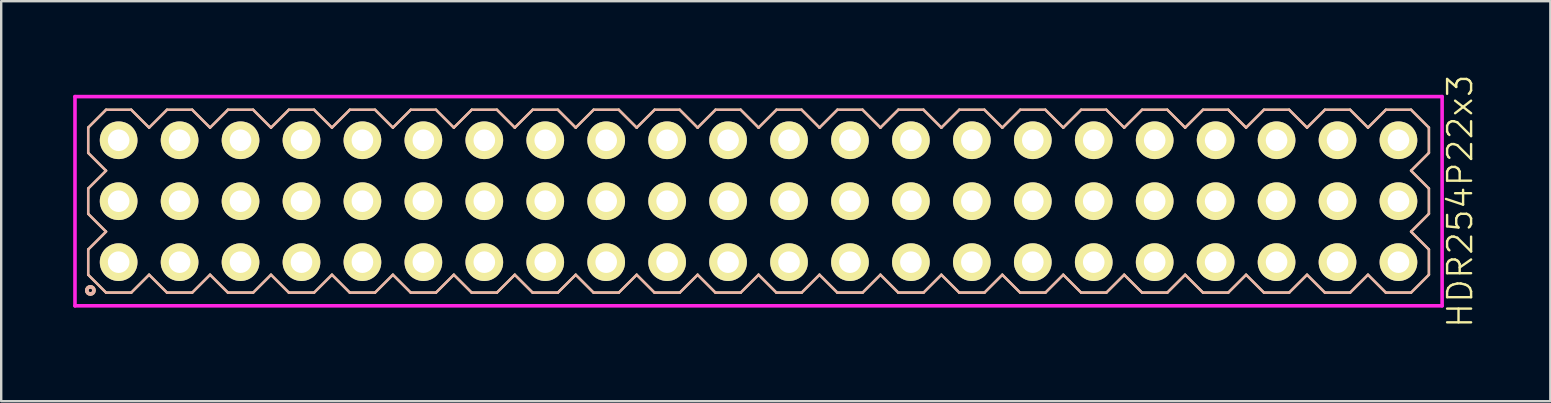
<source format=kicad_pcb>
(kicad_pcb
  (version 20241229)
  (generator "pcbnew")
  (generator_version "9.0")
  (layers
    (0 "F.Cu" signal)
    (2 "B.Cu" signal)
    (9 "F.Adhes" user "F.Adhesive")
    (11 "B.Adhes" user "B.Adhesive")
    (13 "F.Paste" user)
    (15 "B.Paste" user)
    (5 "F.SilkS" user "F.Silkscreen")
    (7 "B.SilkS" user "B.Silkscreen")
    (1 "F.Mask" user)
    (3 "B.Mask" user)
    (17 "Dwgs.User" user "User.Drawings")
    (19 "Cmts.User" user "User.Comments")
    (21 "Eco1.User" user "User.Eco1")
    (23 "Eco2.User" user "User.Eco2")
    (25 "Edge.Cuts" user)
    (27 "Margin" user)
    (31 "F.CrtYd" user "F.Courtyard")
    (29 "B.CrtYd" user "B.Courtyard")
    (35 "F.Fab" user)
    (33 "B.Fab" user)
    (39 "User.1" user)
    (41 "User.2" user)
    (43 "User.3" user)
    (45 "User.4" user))
  (footprint "HDR254P22x3"
    (layer "F.Cu")
    (at 28.565 5.336)
    (property "Reference" "HDR254P22x3" (at 29.24 0 90) (layer "F.SilkS") (effects (font (size 1 1) (thickness 0.1))))
    (attr through_hole)
    (fp_line (start -27.94 -3.066) (end -27.196 -3.81) (stroke (width 0.1) (type solid)) (layer "F.SilkS"))
    (fp_line (start -27.94 -2.014) (end -27.94 -3.066) (stroke (width 0.1) (type solid)) (layer "F.SilkS"))
    (fp_line (start -27.94 -0.526) (end -27.196 -1.27) (stroke (width 0.1) (type solid)) (layer "F.SilkS"))
    (fp_line (start -27.94 0.526) (end -27.94 -0.526) (stroke (width 0.1) (type solid)) (layer "F.SilkS"))
    (fp_line (start -27.94 2.014) (end -27.196 1.27) (stroke (width 0.1) (type solid)) (layer "F.SilkS"))
    (fp_line (start -27.94 3.066) (end -27.94 2.014) (stroke (width 0.1) (type solid)) (layer "F.SilkS"))
    (fp_line (start -27.196 -3.81) (end -26.144 -3.81) (stroke (width 0.1) (type solid)) (layer "F.SilkS"))
    (fp_line (start -27.196 -1.27) (end -27.94 -2.014) (stroke (width 0.1) (type solid)) (layer "F.SilkS"))
    (fp_line (start -27.196 1.27) (end -27.94 0.526) (stroke (width 0.1) (type solid)) (layer "F.SilkS"))
    (fp_line (start -27.196 3.81) (end -27.94 3.066) (stroke (width 0.1) (type solid)) (layer "F.SilkS"))
    (fp_line (start -26.144 -3.81) (end -25.4 -3.066) (stroke (width 0.1) (type solid)) (layer "F.SilkS"))
    (fp_line (start -26.144 3.81) (end -27.196 3.81) (stroke (width 0.1) (type solid)) (layer "F.SilkS"))
    (fp_line (start -25.4 -3.066) (end -24.656 -3.81) (stroke (width 0.1) (type solid)) (layer "F.SilkS"))
    (fp_line (start -25.4 3.066) (end -26.144 3.81) (stroke (width 0.1) (type solid)) (layer "F.SilkS"))
    (fp_line (start -24.656 -3.81) (end -23.604 -3.81) (stroke (width 0.1) (type solid)) (layer "F.SilkS"))
    (fp_line (start -24.656 3.81) (end -25.4 3.066) (stroke (width 0.1) (type solid)) (layer "F.SilkS"))
    (fp_line (start -23.604 -3.81) (end -22.86 -3.066) (stroke (width 0.1) (type solid)) (layer "F.SilkS"))
    (fp_line (start -23.604 3.81) (end -24.656 3.81) (stroke (width 0.1) (type solid)) (layer "F.SilkS"))
    (fp_line (start -22.86 -3.066) (end -22.116 -3.81) (stroke (width 0.1) (type solid)) (layer "F.SilkS"))
    (fp_line (start -22.86 3.066) (end -23.604 3.81) (stroke (width 0.1) (type solid)) (layer "F.SilkS"))
    (fp_line (start -22.116 -3.81) (end -21.064 -3.81) (stroke (width 0.1) (type solid)) (layer "F.SilkS"))
    (fp_line (start -22.116 3.81) (end -22.86 3.066) (stroke (width 0.1) (type solid)) (layer "F.SilkS"))
    (fp_line (start -21.064 -3.81) (end -20.32 -3.066) (stroke (width 0.1) (type solid)) (layer "F.SilkS"))
    (fp_line (start -21.064 3.81) (end -22.116 3.81) (stroke (width 0.1) (type solid)) (layer "F.SilkS"))
    (fp_line (start -20.32 -3.066) (end -19.576 -3.81) (stroke (width 0.1) (type solid)) (layer "F.SilkS"))
    (fp_line (start -20.32 3.066) (end -21.064 3.81) (stroke (width 0.1) (type solid)) (layer "F.SilkS"))
    (fp_line (start -19.576 -3.81) (end -18.524 -3.81) (stroke (width 0.1) (type solid)) (layer "F.SilkS"))
    (fp_line (start -19.576 3.81) (end -20.32 3.066) (stroke (width 0.1) (type solid)) (layer "F.SilkS"))
    (fp_line (start -18.524 -3.81) (end -17.78 -3.066) (stroke (width 0.1) (type solid)) (layer "F.SilkS"))
    (fp_line (start -18.524 3.81) (end -19.576 3.81) (stroke (width 0.1) (type solid)) (layer "F.SilkS"))
    (fp_line (start -17.78 -3.066) (end -17.036 -3.81) (stroke (width 0.1) (type solid)) (layer "F.SilkS"))
    (fp_line (start -17.78 3.066) (end -18.524 3.81) (stroke (width 0.1) (type solid)) (layer "F.SilkS"))
    (fp_line (start -17.036 -3.81) (end -15.984 -3.81) (stroke (width 0.1) (type solid)) (layer "F.SilkS"))
    (fp_line (start -17.036 3.81) (end -17.78 3.066) (stroke (width 0.1) (type solid)) (layer "F.SilkS"))
    (fp_line (start -15.984 -3.81) (end -15.24 -3.066) (stroke (width 0.1) (type solid)) (layer "F.SilkS"))
    (fp_line (start -15.984 3.81) (end -17.036 3.81) (stroke (width 0.1) (type solid)) (layer "F.SilkS"))
    (fp_line (start -15.24 -3.066) (end -14.496 -3.81) (stroke (width 0.1) (type solid)) (layer "F.SilkS"))
    (fp_line (start -15.24 3.066) (end -15.984 3.81) (stroke (width 0.1) (type solid)) (layer "F.SilkS"))
    (fp_line (start -14.496 -3.81) (end -13.444 -3.81) (stroke (width 0.1) (type solid)) (layer "F.SilkS"))
    (fp_line (start -14.496 3.81) (end -15.24 3.066) (stroke (width 0.1) (type solid)) (layer "F.SilkS"))
    (fp_line (start -13.444 -3.81) (end -12.7 -3.066) (stroke (width 0.1) (type solid)) (layer "F.SilkS"))
    (fp_line (start -13.444 3.81) (end -14.496 3.81) (stroke (width 0.1) (type solid)) (layer "F.SilkS"))
    (fp_line (start -12.7 -3.066) (end -11.956 -3.81) (stroke (width 0.1) (type solid)) (layer "F.SilkS"))
    (fp_line (start -12.7 3.066) (end -13.444 3.81) (stroke (width 0.1) (type solid)) (layer "F.SilkS"))
    (fp_line (start -11.956 -3.81) (end -10.904 -3.81) (stroke (width 0.1) (type solid)) (layer "F.SilkS"))
    (fp_line (start -11.956 3.81) (end -12.7 3.066) (stroke (width 0.1) (type solid)) (layer "F.SilkS"))
    (fp_line (start -10.904 -3.81) (end -10.16 -3.066) (stroke (width 0.1) (type solid)) (layer "F.SilkS"))
    (fp_line (start -10.904 3.81) (end -11.956 3.81) (stroke (width 0.1) (type solid)) (layer "F.SilkS"))
    (fp_line (start -10.16 -3.066) (end -9.416 -3.81) (stroke (width 0.1) (type solid)) (layer "F.SilkS"))
    (fp_line (start -10.16 3.066) (end -10.904 3.81) (stroke (width 0.1) (type solid)) (layer "F.SilkS"))
    (fp_line (start -9.416 -3.81) (end -8.364 -3.81) (stroke (width 0.1) (type solid)) (layer "F.SilkS"))
    (fp_line (start -9.416 3.81) (end -10.16 3.066) (stroke (width 0.1) (type solid)) (layer "F.SilkS"))
    (fp_line (start -8.364 -3.81) (end -7.62 -3.066) (stroke (width 0.1) (type solid)) (layer "F.SilkS"))
    (fp_line (start -8.364 3.81) (end -9.416 3.81) (stroke (width 0.1) (type solid)) (layer "F.SilkS"))
    (fp_line (start -7.62 -3.066) (end -6.876 -3.81) (stroke (width 0.1) (type solid)) (layer "F.SilkS"))
    (fp_line (start -7.62 3.066) (end -8.364 3.81) (stroke (width 0.1) (type solid)) (layer "F.SilkS"))
    (fp_line (start -6.876 -3.81) (end -5.824 -3.81) (stroke (width 0.1) (type solid)) (layer "F.SilkS"))
    (fp_line (start -6.876 3.81) (end -7.62 3.066) (stroke (width 0.1) (type solid)) (layer "F.SilkS"))
    (fp_line (start -5.824 -3.81) (end -5.08 -3.066) (stroke (width 0.1) (type solid)) (layer "F.SilkS"))
    (fp_line (start -5.824 3.81) (end -6.876 3.81) (stroke (width 0.1) (type solid)) (layer "F.SilkS"))
    (fp_line (start -5.08 -3.066) (end -4.336 -3.81) (stroke (width 0.1) (type solid)) (layer "F.SilkS"))
    (fp_line (start -5.08 3.066) (end -5.824 3.81) (stroke (width 0.1) (type solid)) (layer "F.SilkS"))
    (fp_line (start -4.336 -3.81) (end -3.284 -3.81) (stroke (width 0.1) (type solid)) (layer "F.SilkS"))
    (fp_line (start -4.336 3.81) (end -5.08 3.066) (stroke (width 0.1) (type solid)) (layer "F.SilkS"))
    (fp_line (start -3.284 -3.81) (end -2.54 -3.066) (stroke (width 0.1) (type solid)) (layer "F.SilkS"))
    (fp_line (start -3.284 3.81) (end -4.336 3.81) (stroke (width 0.1) (type solid)) (layer "F.SilkS"))
    (fp_line (start -2.54 -3.066) (end -1.796 -3.81) (stroke (width 0.1) (type solid)) (layer "F.SilkS"))
    (fp_line (start -2.54 3.066) (end -3.284 3.81) (stroke (width 0.1) (type solid)) (layer "F.SilkS"))
    (fp_line (start -1.796 -3.81) (end -0.744 -3.81) (stroke (width 0.1) (type solid)) (layer "F.SilkS"))
    (fp_line (start -1.796 3.81) (end -2.54 3.066) (stroke (width 0.1) (type solid)) (layer "F.SilkS"))
    (fp_line (start -0.744 -3.81) (end 0 -3.066) (stroke (width 0.1) (type solid)) (layer "F.SilkS"))
    (fp_line (start -0.744 3.81) (end -1.796 3.81) (stroke (width 0.1) (type solid)) (layer "F.SilkS"))
    (fp_line (start 0 -3.066) (end 0.744 -3.81) (stroke (width 0.1) (type solid)) (layer "F.SilkS"))
    (fp_line (start 0 3.066) (end -0.744 3.81) (stroke (width 0.1) (type solid)) (layer "F.SilkS"))
    (fp_line (start 0.744 -3.81) (end 1.796 -3.81) (stroke (width 0.1) (type solid)) (layer "F.SilkS"))
    (fp_line (start 0.744 3.81) (end 0 3.066) (stroke (width 0.1) (type solid)) (layer "F.SilkS"))
    (fp_line (start 1.796 -3.81) (end 2.54 -3.066) (stroke (width 0.1) (type solid)) (layer "F.SilkS"))
    (fp_line (start 1.796 3.81) (end 0.744 3.81) (stroke (width 0.1) (type solid)) (layer "F.SilkS"))
    (fp_line (start 2.54 -3.066) (end 3.284 -3.81) (stroke (width 0.1) (type solid)) (layer "F.SilkS"))
    (fp_line (start 2.54 3.066) (end 1.796 3.81) (stroke (width 0.1) (type solid)) (layer "F.SilkS"))
    (fp_line (start 3.284 -3.81) (end 4.336 -3.81) (stroke (width 0.1) (type solid)) (layer "F.SilkS"))
    (fp_line (start 3.284 3.81) (end 2.54 3.066) (stroke (width 0.1) (type solid)) (layer "F.SilkS"))
    (fp_line (start 4.336 -3.81) (end 5.08 -3.066) (stroke (width 0.1) (type solid)) (layer "F.SilkS"))
    (fp_line (start 4.336 3.81) (end 3.284 3.81) (stroke (width 0.1) (type solid)) (layer "F.SilkS"))
    (fp_line (start 5.08 -3.066) (end 5.824 -3.81) (stroke (width 0.1) (type solid)) (layer "F.SilkS"))
    (fp_line (start 5.08 3.066) (end 4.336 3.81) (stroke (width 0.1) (type solid)) (layer "F.SilkS"))
    (fp_line (start 5.824 -3.81) (end 6.876 -3.81) (stroke (width 0.1) (type solid)) (layer "F.SilkS"))
    (fp_line (start 5.824 3.81) (end 5.08 3.066) (stroke (width 0.1) (type solid)) (layer "F.SilkS"))
    (fp_line (start 6.876 -3.81) (end 7.62 -3.066) (stroke (width 0.1) (type solid)) (layer "F.SilkS"))
    (fp_line (start 6.876 3.81) (end 5.824 3.81) (stroke (width 0.1) (type solid)) (layer "F.SilkS"))
    (fp_line (start 7.62 -3.066) (end 8.364 -3.81) (stroke (width 0.1) (type solid)) (layer "F.SilkS"))
    (fp_line (start 7.62 3.066) (end 6.876 3.81) (stroke (width 0.1) (type solid)) (layer "F.SilkS"))
    (fp_line (start 8.364 -3.81) (end 9.416 -3.81) (stroke (width 0.1) (type solid)) (layer "F.SilkS"))
    (fp_line (start 8.364 3.81) (end 7.62 3.066) (stroke (width 0.1) (type solid)) (layer "F.SilkS"))
    (fp_line (start 9.416 -3.81) (end 10.16 -3.066) (stroke (width 0.1) (type solid)) (layer "F.SilkS"))
    (fp_line (start 9.416 3.81) (end 8.364 3.81) (stroke (width 0.1) (type solid)) (layer "F.SilkS"))
    (fp_line (start 10.16 -3.066) (end 10.904 -3.81) (stroke (width 0.1) (type solid)) (layer "F.SilkS"))
    (fp_line (start 10.16 3.066) (end 9.416 3.81) (stroke (width 0.1) (type solid)) (layer "F.SilkS"))
    (fp_line (start 10.904 -3.81) (end 11.956 -3.81) (stroke (width 0.1) (type solid)) (layer "F.SilkS"))
    (fp_line (start 10.904 3.81) (end 10.16 3.066) (stroke (width 0.1) (type solid)) (layer "F.SilkS"))
    (fp_line (start 11.956 -3.81) (end 12.7 -3.066) (stroke (width 0.1) (type solid)) (layer "F.SilkS"))
    (fp_line (start 11.956 3.81) (end 10.904 3.81) (stroke (width 0.1) (type solid)) (layer "F.SilkS"))
    (fp_line (start 12.7 -3.066) (end 13.444 -3.81) (stroke (width 0.1) (type solid)) (layer "F.SilkS"))
    (fp_line (start 12.7 3.066) (end 11.956 3.81) (stroke (width 0.1) (type solid)) (layer "F.SilkS"))
    (fp_line (start 13.444 -3.81) (end 14.496 -3.81) (stroke (width 0.1) (type solid)) (layer "F.SilkS"))
    (fp_line (start 13.444 3.81) (end 12.7 3.066) (stroke (width 0.1) (type solid)) (layer "F.SilkS"))
    (fp_line (start 14.496 -3.81) (end 15.24 -3.066) (stroke (width 0.1) (type solid)) (layer "F.SilkS"))
    (fp_line (start 14.496 3.81) (end 13.444 3.81) (stroke (width 0.1) (type solid)) (layer "F.SilkS"))
    (fp_line (start 15.24 -3.066) (end 15.984 -3.81) (stroke (width 0.1) (type solid)) (layer "F.SilkS"))
    (fp_line (start 15.24 3.066) (end 14.496 3.81) (stroke (width 0.1) (type solid)) (layer "F.SilkS"))
    (fp_line (start 15.984 -3.81) (end 17.036 -3.81) (stroke (width 0.1) (type solid)) (layer "F.SilkS"))
    (fp_line (start 15.984 3.81) (end 15.24 3.066) (stroke (width 0.1) (type solid)) (layer "F.SilkS"))
    (fp_line (start 17.036 -3.81) (end 17.78 -3.066) (stroke (width 0.1) (type solid)) (layer "F.SilkS"))
    (fp_line (start 17.036 3.81) (end 15.984 3.81) (stroke (width 0.1) (type solid)) (layer "F.SilkS"))
    (fp_line (start 17.78 -3.066) (end 18.524 -3.81) (stroke (width 0.1) (type solid)) (layer "F.SilkS"))
    (fp_line (start 17.78 3.066) (end 17.036 3.81) (stroke (width 0.1) (type solid)) (layer "F.SilkS"))
    (fp_line (start 18.524 -3.81) (end 19.576 -3.81) (stroke (width 0.1) (type solid)) (layer "F.SilkS"))
    (fp_line (start 18.524 3.81) (end 17.78 3.066) (stroke (width 0.1) (type solid)) (layer "F.SilkS"))
    (fp_line (start 19.576 -3.81) (end 20.32 -3.066) (stroke (width 0.1) (type solid)) (layer "F.SilkS"))
    (fp_line (start 19.576 3.81) (end 18.524 3.81) (stroke (width 0.1) (type solid)) (layer "F.SilkS"))
    (fp_line (start 20.32 -3.066) (end 21.064 -3.81) (stroke (width 0.1) (type solid)) (layer "F.SilkS"))
    (fp_line (start 20.32 3.066) (end 19.576 3.81) (stroke (width 0.1) (type solid)) (layer "F.SilkS"))
    (fp_line (start 21.064 -3.81) (end 22.116 -3.81) (stroke (width 0.1) (type solid)) (layer "F.SilkS"))
    (fp_line (start 21.064 3.81) (end 20.32 3.066) (stroke (width 0.1) (type solid)) (layer "F.SilkS"))
    (fp_line (start 22.116 -3.81) (end 22.86 -3.066) (stroke (width 0.1) (type solid)) (layer "F.SilkS"))
    (fp_line (start 22.116 3.81) (end 21.064 3.81) (stroke (width 0.1) (type solid)) (layer "F.SilkS"))
    (fp_line (start 22.86 -3.066) (end 23.604 -3.81) (stroke (width 0.1) (type solid)) (layer "F.SilkS"))
    (fp_line (start 22.86 3.066) (end 22.116 3.81) (stroke (width 0.1) (type solid)) (layer "F.SilkS"))
    (fp_line (start 23.604 -3.81) (end 24.656 -3.81) (stroke (width 0.1) (type solid)) (layer "F.SilkS"))
    (fp_line (start 23.604 3.81) (end 22.86 3.066) (stroke (width 0.1) (type solid)) (layer "F.SilkS"))
    (fp_line (start 24.656 -3.81) (end 25.4 -3.066) (stroke (width 0.1) (type solid)) (layer "F.SilkS"))
    (fp_line (start 24.656 3.81) (end 23.604 3.81) (stroke (width 0.1) (type solid)) (layer "F.SilkS"))
    (fp_line (start 25.4 -3.066) (end 26.144 -3.81) (stroke (width 0.1) (type solid)) (layer "F.SilkS"))
    (fp_line (start 25.4 3.066) (end 24.656 3.81) (stroke (width 0.1) (type solid)) (layer "F.SilkS"))
    (fp_line (start 26.144 -3.81) (end 27.196 -3.81) (stroke (width 0.1) (type solid)) (layer "F.SilkS"))
    (fp_line (start 26.144 3.81) (end 25.4 3.066) (stroke (width 0.1) (type solid)) (layer "F.SilkS"))
    (fp_line (start 27.196 -3.81) (end 27.94 -3.066) (stroke (width 0.1) (type solid)) (layer "F.SilkS"))
    (fp_line (start 27.196 -1.27) (end 27.94 -0.526) (stroke (width 0.1) (type solid)) (layer "F.SilkS"))
    (fp_line (start 27.196 1.27) (end 27.94 2.014) (stroke (width 0.1) (type solid)) (layer "F.SilkS"))
    (fp_line (start 27.196 3.81) (end 26.144 3.81) (stroke (width 0.1) (type solid)) (layer "F.SilkS"))
    (fp_line (start 27.94 -3.066) (end 27.94 -2.014) (stroke (width 0.1) (type solid)) (layer "F.SilkS"))
    (fp_line (start 27.94 -2.014) (end 27.196 -1.27) (stroke (width 0.1) (type solid)) (layer "F.SilkS"))
    (fp_line (start 27.94 -0.526) (end 27.94 0.526) (stroke (width 0.1) (type solid)) (layer "F.SilkS"))
    (fp_line (start 27.94 0.526) (end 27.196 1.27) (stroke (width 0.1) (type solid)) (layer "F.SilkS"))
    (fp_line (start 27.94 2.014) (end 27.94 3.066) (stroke (width 0.1) (type solid)) (layer "F.SilkS"))
    (fp_line (start 27.94 3.066) (end 27.196 3.81) (stroke (width 0.1) (type solid)) (layer "F.SilkS"))
    (fp_circle (center -27.848 3.718) (end -27.698 3.718) (stroke (width 0.15) (type solid)) (fill no) (layer "F.SilkS"))
    (fp_line (start -27.94 -3.066) (end -27.196 -3.81) (stroke (width 0.1) (type solid)) (layer "B.SilkS"))
    (fp_line (start -27.94 -2.014) (end -27.94 -3.066) (stroke (width 0.1) (type solid)) (layer "B.SilkS"))
    (fp_line (start -27.94 -0.526) (end -27.196 -1.27) (stroke (width 0.1) (type solid)) (layer "B.SilkS"))
    (fp_line (start -27.94 0.526) (end -27.94 -0.526) (stroke (width 0.1) (type solid)) (layer "B.SilkS"))
    (fp_line (start -27.94 2.014) (end -27.196 1.27) (stroke (width 0.1) (type solid)) (layer "B.SilkS"))
    (fp_line (start -27.94 3.066) (end -27.94 2.014) (stroke (width 0.1) (type solid)) (layer "B.SilkS"))
    (fp_line (start -27.196 -3.81) (end -26.144 -3.81) (stroke (width 0.1) (type solid)) (layer "B.SilkS"))
    (fp_line (start -27.196 -1.27) (end -27.94 -2.014) (stroke (width 0.1) (type solid)) (layer "B.SilkS"))
    (fp_line (start -27.196 1.27) (end -27.94 0.526) (stroke (width 0.1) (type solid)) (layer "B.SilkS"))
    (fp_line (start -27.196 3.81) (end -27.94 3.066) (stroke (width 0.1) (type solid)) (layer "B.SilkS"))
    (fp_line (start -26.144 -3.81) (end -25.4 -3.066) (stroke (width 0.1) (type solid)) (layer "B.SilkS"))
    (fp_line (start -26.144 3.81) (end -27.196 3.81) (stroke (width 0.1) (type solid)) (layer "B.SilkS"))
    (fp_line (start -25.4 -3.066) (end -24.656 -3.81) (stroke (width 0.1) (type solid)) (layer "B.SilkS"))
    (fp_line (start -25.4 3.066) (end -26.144 3.81) (stroke (width 0.1) (type solid)) (layer "B.SilkS"))
    (fp_line (start -24.656 -3.81) (end -23.604 -3.81) (stroke (width 0.1) (type solid)) (layer "B.SilkS"))
    (fp_line (start -24.656 3.81) (end -25.4 3.066) (stroke (width 0.1) (type solid)) (layer "B.SilkS"))
    (fp_line (start -23.604 -3.81) (end -22.86 -3.066) (stroke (width 0.1) (type solid)) (layer "B.SilkS"))
    (fp_line (start -23.604 3.81) (end -24.656 3.81) (stroke (width 0.1) (type solid)) (layer "B.SilkS"))
    (fp_line (start -22.86 -3.066) (end -22.116 -3.81) (stroke (width 0.1) (type solid)) (layer "B.SilkS"))
    (fp_line (start -22.86 3.066) (end -23.604 3.81) (stroke (width 0.1) (type solid)) (layer "B.SilkS"))
    (fp_line (start -22.116 -3.81) (end -21.064 -3.81) (stroke (width 0.1) (type solid)) (layer "B.SilkS"))
    (fp_line (start -22.116 3.81) (end -22.86 3.066) (stroke (width 0.1) (type solid)) (layer "B.SilkS"))
    (fp_line (start -21.064 -3.81) (end -20.32 -3.066) (stroke (width 0.1) (type solid)) (layer "B.SilkS"))
    (fp_line (start -21.064 3.81) (end -22.116 3.81) (stroke (width 0.1) (type solid)) (layer "B.SilkS"))
    (fp_line (start -20.32 -3.066) (end -19.576 -3.81) (stroke (width 0.1) (type solid)) (layer "B.SilkS"))
    (fp_line (start -20.32 3.066) (end -21.064 3.81) (stroke (width 0.1) (type solid)) (layer "B.SilkS"))
    (fp_line (start -19.576 -3.81) (end -18.524 -3.81) (stroke (width 0.1) (type solid)) (layer "B.SilkS"))
    (fp_line (start -19.576 3.81) (end -20.32 3.066) (stroke (width 0.1) (type solid)) (layer "B.SilkS"))
    (fp_line (start -18.524 -3.81) (end -17.78 -3.066) (stroke (width 0.1) (type solid)) (layer "B.SilkS"))
    (fp_line (start -18.524 3.81) (end -19.576 3.81) (stroke (width 0.1) (type solid)) (layer "B.SilkS"))
    (fp_line (start -17.78 -3.066) (end -17.036 -3.81) (stroke (width 0.1) (type solid)) (layer "B.SilkS"))
    (fp_line (start -17.78 3.066) (end -18.524 3.81) (stroke (width 0.1) (type solid)) (layer "B.SilkS"))
    (fp_line (start -17.036 -3.81) (end -15.984 -3.81) (stroke (width 0.1) (type solid)) (layer "B.SilkS"))
    (fp_line (start -17.036 3.81) (end -17.78 3.066) (stroke (width 0.1) (type solid)) (layer "B.SilkS"))
    (fp_line (start -15.984 -3.81) (end -15.24 -3.066) (stroke (width 0.1) (type solid)) (layer "B.SilkS"))
    (fp_line (start -15.984 3.81) (end -17.036 3.81) (stroke (width 0.1) (type solid)) (layer "B.SilkS"))
    (fp_line (start -15.24 -3.066) (end -14.496 -3.81) (stroke (width 0.1) (type solid)) (layer "B.SilkS"))
    (fp_line (start -15.24 3.066) (end -15.984 3.81) (stroke (width 0.1) (type solid)) (layer "B.SilkS"))
    (fp_line (start -14.496 -3.81) (end -13.444 -3.81) (stroke (width 0.1) (type solid)) (layer "B.SilkS"))
    (fp_line (start -14.496 3.81) (end -15.24 3.066) (stroke (width 0.1) (type solid)) (layer "B.SilkS"))
    (fp_line (start -13.444 -3.81) (end -12.7 -3.066) (stroke (width 0.1) (type solid)) (layer "B.SilkS"))
    (fp_line (start -13.444 3.81) (end -14.496 3.81) (stroke (width 0.1) (type solid)) (layer "B.SilkS"))
    (fp_line (start -12.7 -3.066) (end -11.956 -3.81) (stroke (width 0.1) (type solid)) (layer "B.SilkS"))
    (fp_line (start -12.7 3.066) (end -13.444 3.81) (stroke (width 0.1) (type solid)) (layer "B.SilkS"))
    (fp_line (start -11.956 -3.81) (end -10.904 -3.81) (stroke (width 0.1) (type solid)) (layer "B.SilkS"))
    (fp_line (start -11.956 3.81) (end -12.7 3.066) (stroke (width 0.1) (type solid)) (layer "B.SilkS"))
    (fp_line (start -10.904 -3.81) (end -10.16 -3.066) (stroke (width 0.1) (type solid)) (layer "B.SilkS"))
    (fp_line (start -10.904 3.81) (end -11.956 3.81) (stroke (width 0.1) (type solid)) (layer "B.SilkS"))
    (fp_line (start -10.16 -3.066) (end -9.416 -3.81) (stroke (width 0.1) (type solid)) (layer "B.SilkS"))
    (fp_line (start -10.16 3.066) (end -10.904 3.81) (stroke (width 0.1) (type solid)) (layer "B.SilkS"))
    (fp_line (start -9.416 -3.81) (end -8.364 -3.81) (stroke (width 0.1) (type solid)) (layer "B.SilkS"))
    (fp_line (start -9.416 3.81) (end -10.16 3.066) (stroke (width 0.1) (type solid)) (layer "B.SilkS"))
    (fp_line (start -8.364 -3.81) (end -7.62 -3.066) (stroke (width 0.1) (type solid)) (layer "B.SilkS"))
    (fp_line (start -8.364 3.81) (end -9.416 3.81) (stroke (width 0.1) (type solid)) (layer "B.SilkS"))
    (fp_line (start -7.62 -3.066) (end -6.876 -3.81) (stroke (width 0.1) (type solid)) (layer "B.SilkS"))
    (fp_line (start -7.62 3.066) (end -8.364 3.81) (stroke (width 0.1) (type solid)) (layer "B.SilkS"))
    (fp_line (start -6.876 -3.81) (end -5.824 -3.81) (stroke (width 0.1) (type solid)) (layer "B.SilkS"))
    (fp_line (start -6.876 3.81) (end -7.62 3.066) (stroke (width 0.1) (type solid)) (layer "B.SilkS"))
    (fp_line (start -5.824 -3.81) (end -5.08 -3.066) (stroke (width 0.1) (type solid)) (layer "B.SilkS"))
    (fp_line (start -5.824 3.81) (end -6.876 3.81) (stroke (width 0.1) (type solid)) (layer "B.SilkS"))
    (fp_line (start -5.08 -3.066) (end -4.336 -3.81) (stroke (width 0.1) (type solid)) (layer "B.SilkS"))
    (fp_line (start -5.08 3.066) (end -5.824 3.81) (stroke (width 0.1) (type solid)) (layer "B.SilkS"))
    (fp_line (start -4.336 -3.81) (end -3.284 -3.81) (stroke (width 0.1) (type solid)) (layer "B.SilkS"))
    (fp_line (start -4.336 3.81) (end -5.08 3.066) (stroke (width 0.1) (type solid)) (layer "B.SilkS"))
    (fp_line (start -3.284 -3.81) (end -2.54 -3.066) (stroke (width 0.1) (type solid)) (layer "B.SilkS"))
    (fp_line (start -3.284 3.81) (end -4.336 3.81) (stroke (width 0.1) (type solid)) (layer "B.SilkS"))
    (fp_line (start -2.54 -3.066) (end -1.796 -3.81) (stroke (width 0.1) (type solid)) (layer "B.SilkS"))
    (fp_line (start -2.54 3.066) (end -3.284 3.81) (stroke (width 0.1) (type solid)) (layer "B.SilkS"))
    (fp_line (start -1.796 -3.81) (end -0.744 -3.81) (stroke (width 0.1) (type solid)) (layer "B.SilkS"))
    (fp_line (start -1.796 3.81) (end -2.54 3.066) (stroke (width 0.1) (type solid)) (layer "B.SilkS"))
    (fp_line (start -0.744 -3.81) (end 0 -3.066) (stroke (width 0.1) (type solid)) (layer "B.SilkS"))
    (fp_line (start -0.744 3.81) (end -1.796 3.81) (stroke (width 0.1) (type solid)) (layer "B.SilkS"))
    (fp_line (start 0 -3.066) (end 0.744 -3.81) (stroke (width 0.1) (type solid)) (layer "B.SilkS"))
    (fp_line (start 0 3.066) (end -0.744 3.81) (stroke (width 0.1) (type solid)) (layer "B.SilkS"))
    (fp_line (start 0.744 -3.81) (end 1.796 -3.81) (stroke (width 0.1) (type solid)) (layer "B.SilkS"))
    (fp_line (start 0.744 3.81) (end 0 3.066) (stroke (width 0.1) (type solid)) (layer "B.SilkS"))
    (fp_line (start 1.796 -3.81) (end 2.54 -3.066) (stroke (width 0.1) (type solid)) (layer "B.SilkS"))
    (fp_line (start 1.796 3.81) (end 0.744 3.81) (stroke (width 0.1) (type solid)) (layer "B.SilkS"))
    (fp_line (start 2.54 -3.066) (end 3.284 -3.81) (stroke (width 0.1) (type solid)) (layer "B.SilkS"))
    (fp_line (start 2.54 3.066) (end 1.796 3.81) (stroke (width 0.1) (type solid)) (layer "B.SilkS"))
    (fp_line (start 3.284 -3.81) (end 4.336 -3.81) (stroke (width 0.1) (type solid)) (layer "B.SilkS"))
    (fp_line (start 3.284 3.81) (end 2.54 3.066) (stroke (width 0.1) (type solid)) (layer "B.SilkS"))
    (fp_line (start 4.336 -3.81) (end 5.08 -3.066) (stroke (width 0.1) (type solid)) (layer "B.SilkS"))
    (fp_line (start 4.336 3.81) (end 3.284 3.81) (stroke (width 0.1) (type solid)) (layer "B.SilkS"))
    (fp_line (start 5.08 -3.066) (end 5.824 -3.81) (stroke (width 0.1) (type solid)) (layer "B.SilkS"))
    (fp_line (start 5.08 3.066) (end 4.336 3.81) (stroke (width 0.1) (type solid)) (layer "B.SilkS"))
    (fp_line (start 5.824 -3.81) (end 6.876 -3.81) (stroke (width 0.1) (type solid)) (layer "B.SilkS"))
    (fp_line (start 5.824 3.81) (end 5.08 3.066) (stroke (width 0.1) (type solid)) (layer "B.SilkS"))
    (fp_line (start 6.876 -3.81) (end 7.62 -3.066) (stroke (width 0.1) (type solid)) (layer "B.SilkS"))
    (fp_line (start 6.876 3.81) (end 5.824 3.81) (stroke (width 0.1) (type solid)) (layer "B.SilkS"))
    (fp_line (start 7.62 -3.066) (end 8.364 -3.81) (stroke (width 0.1) (type solid)) (layer "B.SilkS"))
    (fp_line (start 7.62 3.066) (end 6.876 3.81) (stroke (width 0.1) (type solid)) (layer "B.SilkS"))
    (fp_line (start 8.364 -3.81) (end 9.416 -3.81) (stroke (width 0.1) (type solid)) (layer "B.SilkS"))
    (fp_line (start 8.364 3.81) (end 7.62 3.066) (stroke (width 0.1) (type solid)) (layer "B.SilkS"))
    (fp_line (start 9.416 -3.81) (end 10.16 -3.066) (stroke (width 0.1) (type solid)) (layer "B.SilkS"))
    (fp_line (start 9.416 3.81) (end 8.364 3.81) (stroke (width 0.1) (type solid)) (layer "B.SilkS"))
    (fp_line (start 10.16 -3.066) (end 10.904 -3.81) (stroke (width 0.1) (type solid)) (layer "B.SilkS"))
    (fp_line (start 10.16 3.066) (end 9.416 3.81) (stroke (width 0.1) (type solid)) (layer "B.SilkS"))
    (fp_line (start 10.904 -3.81) (end 11.956 -3.81) (stroke (width 0.1) (type solid)) (layer "B.SilkS"))
    (fp_line (start 10.904 3.81) (end 10.16 3.066) (stroke (width 0.1) (type solid)) (layer "B.SilkS"))
    (fp_line (start 11.956 -3.81) (end 12.7 -3.066) (stroke (width 0.1) (type solid)) (layer "B.SilkS"))
    (fp_line (start 11.956 3.81) (end 10.904 3.81) (stroke (width 0.1) (type solid)) (layer "B.SilkS"))
    (fp_line (start 12.7 -3.066) (end 13.444 -3.81) (stroke (width 0.1) (type solid)) (layer "B.SilkS"))
    (fp_line (start 12.7 3.066) (end 11.956 3.81) (stroke (width 0.1) (type solid)) (layer "B.SilkS"))
    (fp_line (start 13.444 -3.81) (end 14.496 -3.81) (stroke (width 0.1) (type solid)) (layer "B.SilkS"))
    (fp_line (start 13.444 3.81) (end 12.7 3.066) (stroke (width 0.1) (type solid)) (layer "B.SilkS"))
    (fp_line (start 14.496 -3.81) (end 15.24 -3.066) (stroke (width 0.1) (type solid)) (layer "B.SilkS"))
    (fp_line (start 14.496 3.81) (end 13.444 3.81) (stroke (width 0.1) (type solid)) (layer "B.SilkS"))
    (fp_line (start 15.24 -3.066) (end 15.984 -3.81) (stroke (width 0.1) (type solid)) (layer "B.SilkS"))
    (fp_line (start 15.24 3.066) (end 14.496 3.81) (stroke (width 0.1) (type solid)) (layer "B.SilkS"))
    (fp_line (start 15.984 -3.81) (end 17.036 -3.81) (stroke (width 0.1) (type solid)) (layer "B.SilkS"))
    (fp_line (start 15.984 3.81) (end 15.24 3.066) (stroke (width 0.1) (type solid)) (layer "B.SilkS"))
    (fp_line (start 17.036 -3.81) (end 17.78 -3.066) (stroke (width 0.1) (type solid)) (layer "B.SilkS"))
    (fp_line (start 17.036 3.81) (end 15.984 3.81) (stroke (width 0.1) (type solid)) (layer "B.SilkS"))
    (fp_line (start 17.78 -3.066) (end 18.524 -3.81) (stroke (width 0.1) (type solid)) (layer "B.SilkS"))
    (fp_line (start 17.78 3.066) (end 17.036 3.81) (stroke (width 0.1) (type solid)) (layer "B.SilkS"))
    (fp_line (start 18.524 -3.81) (end 19.576 -3.81) (stroke (width 0.1) (type solid)) (layer "B.SilkS"))
    (fp_line (start 18.524 3.81) (end 17.78 3.066) (stroke (width 0.1) (type solid)) (layer "B.SilkS"))
    (fp_line (start 19.576 -3.81) (end 20.32 -3.066) (stroke (width 0.1) (type solid)) (layer "B.SilkS"))
    (fp_line (start 19.576 3.81) (end 18.524 3.81) (stroke (width 0.1) (type solid)) (layer "B.SilkS"))
    (fp_line (start 20.32 -3.066) (end 21.064 -3.81) (stroke (width 0.1) (type solid)) (layer "B.SilkS"))
    (fp_line (start 20.32 3.066) (end 19.576 3.81) (stroke (width 0.1) (type solid)) (layer "B.SilkS"))
    (fp_line (start 21.064 -3.81) (end 22.116 -3.81) (stroke (width 0.1) (type solid)) (layer "B.SilkS"))
    (fp_line (start 21.064 3.81) (end 20.32 3.066) (stroke (width 0.1) (type solid)) (layer "B.SilkS"))
    (fp_line (start 22.116 -3.81) (end 22.86 -3.066) (stroke (width 0.1) (type solid)) (layer "B.SilkS"))
    (fp_line (start 22.116 3.81) (end 21.064 3.81) (stroke (width 0.1) (type solid)) (layer "B.SilkS"))
    (fp_line (start 22.86 -3.066) (end 23.604 -3.81) (stroke (width 0.1) (type solid)) (layer "B.SilkS"))
    (fp_line (start 22.86 3.066) (end 22.116 3.81) (stroke (width 0.1) (type solid)) (layer "B.SilkS"))
    (fp_line (start 23.604 -3.81) (end 24.656 -3.81) (stroke (width 0.1) (type solid)) (layer "B.SilkS"))
    (fp_line (start 23.604 3.81) (end 22.86 3.066) (stroke (width 0.1) (type solid)) (layer "B.SilkS"))
    (fp_line (start 24.656 -3.81) (end 25.4 -3.066) (stroke (width 0.1) (type solid)) (layer "B.SilkS"))
    (fp_line (start 24.656 3.81) (end 23.604 3.81) (stroke (width 0.1) (type solid)) (layer "B.SilkS"))
    (fp_line (start 25.4 -3.066) (end 26.144 -3.81) (stroke (width 0.1) (type solid)) (layer "B.SilkS"))
    (fp_line (start 25.4 3.066) (end 24.656 3.81) (stroke (width 0.1) (type solid)) (layer "B.SilkS"))
    (fp_line (start 26.144 -3.81) (end 27.196 -3.81) (stroke (width 0.1) (type solid)) (layer "B.SilkS"))
    (fp_line (start 26.144 3.81) (end 25.4 3.066) (stroke (width 0.1) (type solid)) (layer "B.SilkS"))
    (fp_line (start 27.196 -3.81) (end 27.94 -3.066) (stroke (width 0.1) (type solid)) (layer "B.SilkS"))
    (fp_line (start 27.196 -1.27) (end 27.94 -0.526) (stroke (width 0.1) (type solid)) (layer "B.SilkS"))
    (fp_line (start 27.196 1.27) (end 27.94 2.014) (stroke (width 0.1) (type solid)) (layer "B.SilkS"))
    (fp_line (start 27.196 3.81) (end 26.144 3.81) (stroke (width 0.1) (type solid)) (layer "B.SilkS"))
    (fp_line (start 27.94 -3.066) (end 27.94 -2.014) (stroke (width 0.1) (type solid)) (layer "B.SilkS"))
    (fp_line (start 27.94 -2.014) (end 27.196 -1.27) (stroke (width 0.1) (type solid)) (layer "B.SilkS"))
    (fp_line (start 27.94 -0.526) (end 27.94 0.526) (stroke (width 0.1) (type solid)) (layer "B.SilkS"))
    (fp_line (start 27.94 0.526) (end 27.196 1.27) (stroke (width 0.1) (type solid)) (layer "B.SilkS"))
    (fp_line (start 27.94 2.014) (end 27.94 3.066) (stroke (width 0.1) (type solid)) (layer "B.SilkS"))
    (fp_line (start 27.94 3.066) (end 27.196 3.81) (stroke (width 0.1) (type solid)) (layer "B.SilkS"))
    (fp_circle (center -27.848 3.718) (end -27.698 3.718) (stroke (width 0.15) (type solid)) (fill no) (layer "B.SilkS"))
    (fp_line (start -28.49 -4.36) (end -28.49 4.36) (stroke (width 0.15) (type solid)) (layer "F.CrtYd"))
    (fp_line (start -28.49 4.36) (end 28.49 4.36) (stroke (width 0.15) (type solid)) (layer "F.CrtYd"))
    (fp_line (start 28.49 -4.36) (end -28.49 -4.36) (stroke (width 0.15) (type solid)) (layer "F.CrtYd"))
    (fp_line (start 28.49 4.36) (end 28.49 -4.36) (stroke (width 0.15) (type solid)) (layer "F.CrtYd"))
    (pad "1" thru_hole oval (at -26.67 2.54) (size 1.57 1.57) (drill 0.9) (layers "*.Cu" "*.Mask" "F.SilkS"))
    (pad "2" thru_hole oval (at -26.67 0) (size 1.57 1.57) (drill 0.9) (layers "*.Cu" "*.Mask" "F.SilkS"))
    (pad "3" thru_hole oval (at -26.67 -2.54) (size 1.57 1.57) (drill 0.9) (layers "*.Cu" "*.Mask" "F.SilkS"))
    (pad "4" thru_hole oval (at -24.13 2.54) (size 1.57 1.57) (drill 0.9) (layers "*.Cu" "*.Mask" "F.SilkS"))
    (pad "5" thru_hole oval (at -24.13 0) (size 1.57 1.57) (drill 0.9) (layers "*.Cu" "*.Mask" "F.SilkS"))
    (pad "6" thru_hole oval (at -24.13 -2.54) (size 1.57 1.57) (drill 0.9) (layers "*.Cu" "*.Mask" "F.SilkS"))
    (pad "7" thru_hole oval (at -21.59 2.54) (size 1.57 1.57) (drill 0.9) (layers "*.Cu" "*.Mask" "F.SilkS"))
    (pad "8" thru_hole oval (at -21.59 0) (size 1.57 1.57) (drill 0.9) (layers "*.Cu" "*.Mask" "F.SilkS"))
    (pad "9" thru_hole oval (at -21.59 -2.54) (size 1.57 1.57) (drill 0.9) (layers "*.Cu" "*.Mask" "F.SilkS"))
    (pad "10" thru_hole oval (at -19.05 2.54) (size 1.57 1.57) (drill 0.9) (layers "*.Cu" "*.Mask" "F.SilkS"))
    (pad "11" thru_hole oval (at -19.05 0) (size 1.57 1.57) (drill 0.9) (layers "*.Cu" "*.Mask" "F.SilkS"))
    (pad "12" thru_hole oval (at -19.05 -2.54) (size 1.57 1.57) (drill 0.9) (layers "*.Cu" "*.Mask" "F.SilkS"))
    (pad "13" thru_hole oval (at -16.51 2.54) (size 1.57 1.57) (drill 0.9) (layers "*.Cu" "*.Mask" "F.SilkS"))
    (pad "14" thru_hole oval (at -16.51 0) (size 1.57 1.57) (drill 0.9) (layers "*.Cu" "*.Mask" "F.SilkS"))
    (pad "15" thru_hole oval (at -16.51 -2.54) (size 1.57 1.57) (drill 0.9) (layers "*.Cu" "*.Mask" "F.SilkS"))
    (pad "16" thru_hole oval (at -13.97 2.54) (size 1.57 1.57) (drill 0.9) (layers "*.Cu" "*.Mask" "F.SilkS"))
    (pad "17" thru_hole oval (at -13.97 0) (size 1.57 1.57) (drill 0.9) (layers "*.Cu" "*.Mask" "F.SilkS"))
    (pad "18" thru_hole oval (at -13.97 -2.54) (size 1.57 1.57) (drill 0.9) (layers "*.Cu" "*.Mask" "F.SilkS"))
    (pad "19" thru_hole oval (at -11.43 2.54) (size 1.57 1.57) (drill 0.9) (layers "*.Cu" "*.Mask" "F.SilkS"))
    (pad "20" thru_hole oval (at -11.43 0) (size 1.57 1.57) (drill 0.9) (layers "*.Cu" "*.Mask" "F.SilkS"))
    (pad "21" thru_hole oval (at -11.43 -2.54) (size 1.57 1.57) (drill 0.9) (layers "*.Cu" "*.Mask" "F.SilkS"))
    (pad "22" thru_hole oval (at -8.89 2.54) (size 1.57 1.57) (drill 0.9) (layers "*.Cu" "*.Mask" "F.SilkS"))
    (pad "23" thru_hole oval (at -8.89 0) (size 1.57 1.57) (drill 0.9) (layers "*.Cu" "*.Mask" "F.SilkS"))
    (pad "24" thru_hole oval (at -8.89 -2.54) (size 1.57 1.57) (drill 0.9) (layers "*.Cu" "*.Mask" "F.SilkS"))
    (pad "25" thru_hole oval (at -6.35 2.54) (size 1.57 1.57) (drill 0.9) (layers "*.Cu" "*.Mask" "F.SilkS"))
    (pad "26" thru_hole oval (at -6.35 0) (size 1.57 1.57) (drill 0.9) (layers "*.Cu" "*.Mask" "F.SilkS"))
    (pad "27" thru_hole oval (at -6.35 -2.54) (size 1.57 1.57) (drill 0.9) (layers "*.Cu" "*.Mask" "F.SilkS"))
    (pad "28" thru_hole oval (at -3.81 2.54) (size 1.57 1.57) (drill 0.9) (layers "*.Cu" "*.Mask" "F.SilkS"))
    (pad "29" thru_hole oval (at -3.81 0) (size 1.57 1.57) (drill 0.9) (layers "*.Cu" "*.Mask" "F.SilkS"))
    (pad "30" thru_hole oval (at -3.81 -2.54) (size 1.57 1.57) (drill 0.9) (layers "*.Cu" "*.Mask" "F.SilkS"))
    (pad "31" thru_hole oval (at -1.27 2.54) (size 1.57 1.57) (drill 0.9) (layers "*.Cu" "*.Mask" "F.SilkS"))
    (pad "32" thru_hole oval (at -1.27 0) (size 1.57 1.57) (drill 0.9) (layers "*.Cu" "*.Mask" "F.SilkS"))
    (pad "33" thru_hole oval (at -1.27 -2.54) (size 1.57 1.57) (drill 0.9) (layers "*.Cu" "*.Mask" "F.SilkS"))
    (pad "34" thru_hole oval (at 1.27 2.54) (size 1.57 1.57) (drill 0.9) (layers "*.Cu" "*.Mask" "F.SilkS"))
    (pad "35" thru_hole oval (at 1.27 0) (size 1.57 1.57) (drill 0.9) (layers "*.Cu" "*.Mask" "F.SilkS"))
    (pad "36" thru_hole oval (at 1.27 -2.54) (size 1.57 1.57) (drill 0.9) (layers "*.Cu" "*.Mask" "F.SilkS"))
    (pad "37" thru_hole oval (at 3.81 2.54) (size 1.57 1.57) (drill 0.9) (layers "*.Cu" "*.Mask" "F.SilkS"))
    (pad "38" thru_hole oval (at 3.81 0) (size 1.57 1.57) (drill 0.9) (layers "*.Cu" "*.Mask" "F.SilkS"))
    (pad "39" thru_hole oval (at 3.81 -2.54) (size 1.57 1.57) (drill 0.9) (layers "*.Cu" "*.Mask" "F.SilkS"))
    (pad "40" thru_hole oval (at 6.35 2.54) (size 1.57 1.57) (drill 0.9) (layers "*.Cu" "*.Mask" "F.SilkS"))
    (pad "41" thru_hole oval (at 6.35 0) (size 1.57 1.57) (drill 0.9) (layers "*.Cu" "*.Mask" "F.SilkS"))
    (pad "42" thru_hole oval (at 6.35 -2.54) (size 1.57 1.57) (drill 0.9) (layers "*.Cu" "*.Mask" "F.SilkS"))
    (pad "43" thru_hole oval (at 8.89 2.54) (size 1.57 1.57) (drill 0.9) (layers "*.Cu" "*.Mask" "F.SilkS"))
    (pad "44" thru_hole oval (at 8.89 0) (size 1.57 1.57) (drill 0.9) (layers "*.Cu" "*.Mask" "F.SilkS"))
    (pad "45" thru_hole oval (at 8.89 -2.54) (size 1.57 1.57) (drill 0.9) (layers "*.Cu" "*.Mask" "F.SilkS"))
    (pad "46" thru_hole oval (at 11.43 2.54) (size 1.57 1.57) (drill 0.9) (layers "*.Cu" "*.Mask" "F.SilkS"))
    (pad "47" thru_hole oval (at 11.43 0) (size 1.57 1.57) (drill 0.9) (layers "*.Cu" "*.Mask" "F.SilkS"))
    (pad "48" thru_hole oval (at 11.43 -2.54) (size 1.57 1.57) (drill 0.9) (layers "*.Cu" "*.Mask" "F.SilkS"))
    (pad "49" thru_hole oval (at 13.97 2.54) (size 1.57 1.57) (drill 0.9) (layers "*.Cu" "*.Mask" "F.SilkS"))
    (pad "50" thru_hole oval (at 13.97 0) (size 1.57 1.57) (drill 0.9) (layers "*.Cu" "*.Mask" "F.SilkS"))
    (pad "51" thru_hole oval (at 13.97 -2.54) (size 1.57 1.57) (drill 0.9) (layers "*.Cu" "*.Mask" "F.SilkS"))
    (pad "52" thru_hole oval (at 16.51 2.54) (size 1.57 1.57) (drill 0.9) (layers "*.Cu" "*.Mask" "F.SilkS"))
    (pad "53" thru_hole oval (at 16.51 0) (size 1.57 1.57) (drill 0.9) (layers "*.Cu" "*.Mask" "F.SilkS"))
    (pad "54" thru_hole oval (at 16.51 -2.54) (size 1.57 1.57) (drill 0.9) (layers "*.Cu" "*.Mask" "F.SilkS"))
    (pad "55" thru_hole oval (at 19.05 2.54) (size 1.57 1.57) (drill 0.9) (layers "*.Cu" "*.Mask" "F.SilkS"))
    (pad "56" thru_hole oval (at 19.05 0) (size 1.57 1.57) (drill 0.9) (layers "*.Cu" "*.Mask" "F.SilkS"))
    (pad "57" thru_hole oval (at 19.05 -2.54) (size 1.57 1.57) (drill 0.9) (layers "*.Cu" "*.Mask" "F.SilkS"))
    (pad "58" thru_hole oval (at 21.59 2.54) (size 1.57 1.57) (drill 0.9) (layers "*.Cu" "*.Mask" "F.SilkS"))
    (pad "59" thru_hole oval (at 21.59 0) (size 1.57 1.57) (drill 0.9) (layers "*.Cu" "*.Mask" "F.SilkS"))
    (pad "60" thru_hole oval (at 21.59 -2.54) (size 1.57 1.57) (drill 0.9) (layers "*.Cu" "*.Mask" "F.SilkS"))
    (pad "61" thru_hole oval (at 24.13 2.54) (size 1.57 1.57) (drill 0.9) (layers "*.Cu" "*.Mask" "F.SilkS"))
    (pad "62" thru_hole oval (at 24.13 0) (size 1.57 1.57) (drill 0.9) (layers "*.Cu" "*.Mask" "F.SilkS"))
    (pad "63" thru_hole oval (at 24.13 -2.54) (size 1.57 1.57) (drill 0.9) (layers "*.Cu" "*.Mask" "F.SilkS"))
    (pad "64" thru_hole oval (at 26.67 2.54) (size 1.57 1.57) (drill 0.9) (layers "*.Cu" "*.Mask" "F.SilkS"))
    (pad "65" thru_hole oval (at 26.67 0) (size 1.57 1.57) (drill 0.9) (layers "*.Cu" "*.Mask" "F.SilkS"))
    (pad "66" thru_hole oval (at 26.67 -2.54) (size 1.57 1.57) (drill 0.9) (layers "*.Cu" "*.Mask" "F.SilkS")))
  (gr_rect
    (start -3 -3)
    (end 61.566 13.671)
    (stroke (width 0.1) (type default))
    (fill no)
    (layer "Edge.Cuts")))
</source>
